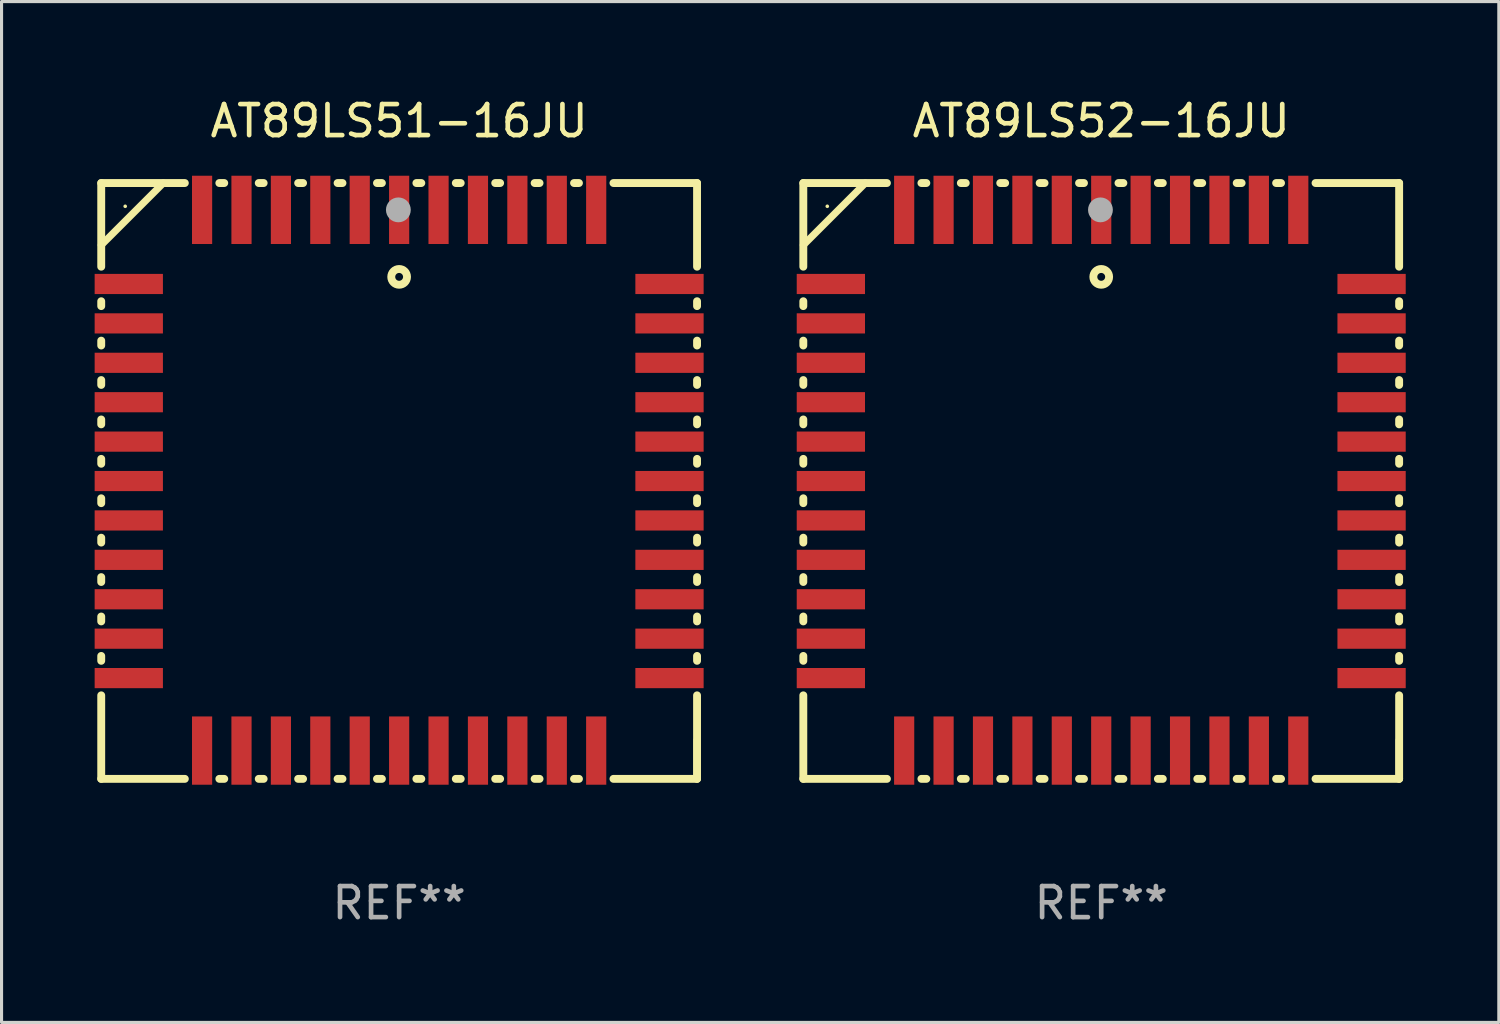
<source format=kicad_pcb>
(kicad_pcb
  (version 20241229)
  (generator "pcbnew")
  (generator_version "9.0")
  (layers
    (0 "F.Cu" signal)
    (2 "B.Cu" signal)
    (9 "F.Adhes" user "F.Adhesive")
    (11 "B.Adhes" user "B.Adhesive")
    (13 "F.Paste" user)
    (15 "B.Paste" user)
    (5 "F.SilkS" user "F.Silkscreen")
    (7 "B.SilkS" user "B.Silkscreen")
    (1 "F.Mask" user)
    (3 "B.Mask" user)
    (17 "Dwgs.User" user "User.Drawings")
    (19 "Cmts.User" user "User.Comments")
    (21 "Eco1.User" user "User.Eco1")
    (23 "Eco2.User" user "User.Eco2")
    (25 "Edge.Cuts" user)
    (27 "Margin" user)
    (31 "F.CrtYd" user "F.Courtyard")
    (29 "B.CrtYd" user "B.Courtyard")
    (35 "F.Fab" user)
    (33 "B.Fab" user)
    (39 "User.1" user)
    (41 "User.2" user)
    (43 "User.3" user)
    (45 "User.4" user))
  (footprint "AT89LS51-16JU"
    (layer "F.Cu")
    (at 9.812 12.448)
    (property "Reference" "AT89LS51-16JU" (at 0 -11.6 0) (layer "F.SilkS") (effects (font (size 1 1) (thickness 0.15))))
    (attr through_hole)
    (fp_line (start -9.6 -9.6) (end -6.906 -9.6) (stroke (width 0.254) (type solid)) (layer "F.SilkS"))
    (fp_line (start -9.6 -6.904) (end -9.6 -9.6) (stroke (width 0.254) (type solid)) (layer "F.SilkS"))
    (fp_line (start -9.6 -5.634) (end -9.6 -5.791) (stroke (width 0.254) (type solid)) (layer "F.SilkS"))
    (fp_line (start -9.6 -4.364) (end -9.6 -4.521) (stroke (width 0.254) (type solid)) (layer "F.SilkS"))
    (fp_line (start -9.6 -3.094) (end -9.6 -3.251) (stroke (width 0.254) (type solid)) (layer "F.SilkS"))
    (fp_line (start -9.6 -1.824) (end -9.6 -1.981) (stroke (width 0.254) (type solid)) (layer "F.SilkS"))
    (fp_line (start -9.6 -0.554) (end -9.6 -0.711) (stroke (width 0.254) (type solid)) (layer "F.SilkS"))
    (fp_line (start -9.6 0.716) (end -9.6 0.559) (stroke (width 0.254) (type solid)) (layer "F.SilkS"))
    (fp_line (start -9.6 1.986) (end -9.6 1.829) (stroke (width 0.254) (type solid)) (layer "F.SilkS"))
    (fp_line (start -9.6 3.256) (end -9.6 3.099) (stroke (width 0.254) (type solid)) (layer "F.SilkS"))
    (fp_line (start -9.6 4.526) (end -9.6 4.369) (stroke (width 0.254) (type solid)) (layer "F.SilkS"))
    (fp_line (start -9.6 5.796) (end -9.6 5.639) (stroke (width 0.254) (type solid)) (layer "F.SilkS"))
    (fp_line (start -9.6 9.6) (end -9.6 6.909) (stroke (width 0.254) (type solid)) (layer "F.SilkS"))
    (fp_line (start -7.6 -9.6) (end -9.6 -7.6) (stroke (width 0.229) (type solid)) (layer "F.SilkS"))
    (fp_line (start -6.906 9.6) (end -9.6 9.6) (stroke (width 0.254) (type solid)) (layer "F.SilkS"))
    (fp_line (start -5.794 -9.6) (end -5.636 -9.6) (stroke (width 0.254) (type solid)) (layer "F.SilkS"))
    (fp_line (start -5.636 9.6) (end -5.794 9.6) (stroke (width 0.254) (type solid)) (layer "F.SilkS"))
    (fp_line (start -4.524 -9.6) (end -4.366 -9.6) (stroke (width 0.254) (type solid)) (layer "F.SilkS"))
    (fp_line (start -4.366 9.6) (end -4.524 9.6) (stroke (width 0.254) (type solid)) (layer "F.SilkS"))
    (fp_line (start -3.254 -9.6) (end -3.096 -9.6) (stroke (width 0.254) (type solid)) (layer "F.SilkS"))
    (fp_line (start -3.096 9.6) (end -3.254 9.6) (stroke (width 0.254) (type solid)) (layer "F.SilkS"))
    (fp_line (start -1.984 -9.6) (end -1.826 -9.6) (stroke (width 0.254) (type solid)) (layer "F.SilkS"))
    (fp_line (start -1.826 9.6) (end -1.984 9.6) (stroke (width 0.254) (type solid)) (layer "F.SilkS"))
    (fp_line (start -0.714 -9.6) (end -0.556 -9.6) (stroke (width 0.254) (type solid)) (layer "F.SilkS"))
    (fp_line (start -0.556 9.6) (end -0.714 9.6) (stroke (width 0.254) (type solid)) (layer "F.SilkS"))
    (fp_line (start 0.556 -9.6) (end 0.714 -9.6) (stroke (width 0.254) (type solid)) (layer "F.SilkS"))
    (fp_line (start 0.714 9.6) (end 0.556 9.6) (stroke (width 0.254) (type solid)) (layer "F.SilkS"))
    (fp_line (start 1.826 -9.6) (end 1.984 -9.6) (stroke (width 0.254) (type solid)) (layer "F.SilkS"))
    (fp_line (start 1.984 9.6) (end 1.826 9.6) (stroke (width 0.254) (type solid)) (layer "F.SilkS"))
    (fp_line (start 3.096 -9.6) (end 3.254 -9.6) (stroke (width 0.254) (type solid)) (layer "F.SilkS"))
    (fp_line (start 3.254 9.6) (end 3.096 9.6) (stroke (width 0.254) (type solid)) (layer "F.SilkS"))
    (fp_line (start 4.366 -9.6) (end 4.524 -9.6) (stroke (width 0.254) (type solid)) (layer "F.SilkS"))
    (fp_line (start 4.524 9.6) (end 4.366 9.6) (stroke (width 0.254) (type solid)) (layer "F.SilkS"))
    (fp_line (start 5.636 -9.6) (end 5.794 -9.6) (stroke (width 0.254) (type solid)) (layer "F.SilkS"))
    (fp_line (start 5.794 9.6) (end 5.636 9.6) (stroke (width 0.254) (type solid)) (layer "F.SilkS"))
    (fp_line (start 6.906 -9.6) (end 9.6 -9.6) (stroke (width 0.254) (type solid)) (layer "F.SilkS"))
    (fp_line (start 9.6 -6.904) (end 9.6 -9.6) (stroke (width 0.254) (type solid)) (layer "F.SilkS"))
    (fp_line (start 9.6 -5.634) (end 9.6 -5.791) (stroke (width 0.254) (type solid)) (layer "F.SilkS"))
    (fp_line (start 9.6 -4.364) (end 9.6 -4.521) (stroke (width 0.254) (type solid)) (layer "F.SilkS"))
    (fp_line (start 9.6 -3.094) (end 9.6 -3.251) (stroke (width 0.254) (type solid)) (layer "F.SilkS"))
    (fp_line (start 9.6 -1.824) (end 9.6 -1.981) (stroke (width 0.254) (type solid)) (layer "F.SilkS"))
    (fp_line (start 9.6 -0.554) (end 9.6 -0.711) (stroke (width 0.254) (type solid)) (layer "F.SilkS"))
    (fp_line (start 9.6 0.716) (end 9.6 0.559) (stroke (width 0.254) (type solid)) (layer "F.SilkS"))
    (fp_line (start 9.6 1.986) (end 9.6 1.829) (stroke (width 0.254) (type solid)) (layer "F.SilkS"))
    (fp_line (start 9.6 3.256) (end 9.6 3.099) (stroke (width 0.254) (type solid)) (layer "F.SilkS"))
    (fp_line (start 9.6 4.526) (end 9.6 4.369) (stroke (width 0.254) (type solid)) (layer "F.SilkS"))
    (fp_line (start 9.6 5.796) (end 9.6 5.639) (stroke (width 0.254) (type solid)) (layer "F.SilkS"))
    (fp_line (start 9.6 9.6) (end 6.906 9.6) (stroke (width 0.254) (type solid)) (layer "F.SilkS"))
    (fp_line (start 9.6 9.6) (end 9.6 6.909) (stroke (width 0.254) (type solid)) (layer "F.SilkS"))
    (fp_line (start 9.6 9.6) (end 9.6 8.352) (stroke (width 0.229) (type solid)) (layer "F.SilkS"))
    (fp_circle (center -8.828 -8.851) (end -8.798 -8.851) (stroke (width 0.06) (type solid)) (fill no) (layer "F.SilkS"))
    (fp_circle (center 0 -6.576) (end 0.254 -6.576) (stroke (width 0.254) (type solid)) (fill no) (layer "F.SilkS"))
    (fp_circle (center -0.025 -8.735) (end 0.175 -8.735) (stroke (width 0.4) (type solid)) (fill no) (layer "F.Fab"))
    (fp_text user "REF**" (at 0 13.6 0) (layer "F.Fab") (effects (font (size 1 1) (thickness 0.15))))
    (pad "1" smd rect (at 0 -8.735 180) (size 0.65 2.2) (layers "F.Cu" "F.Mask" "F.Paste"))
    (pad "2" smd rect (at -1.27 -8.735 180) (size 0.65 2.2) (layers "F.Cu" "F.Mask" "F.Paste"))
    (pad "3" smd rect (at -2.54 -8.735 180) (size 0.65 2.2) (layers "F.Cu" "F.Mask" "F.Paste"))
    (pad "4" smd rect (at -3.81 -8.735 180) (size 0.65 2.2) (layers "F.Cu" "F.Mask" "F.Paste"))
    (pad "5" smd rect (at -5.08 -8.735 180) (size 0.65 2.2) (layers "F.Cu" "F.Mask" "F.Paste"))
    (pad "6" smd rect (at -6.35 -8.735 180) (size 0.65 2.2) (layers "F.Cu" "F.Mask" "F.Paste"))
    (pad "7" smd rect (at -8.712 -6.347 180) (size 2.2 0.65) (layers "F.Cu" "F.Mask" "F.Paste"))
    (pad "8" smd rect (at -8.712 -5.077 180) (size 2.2 0.65) (layers "F.Cu" "F.Mask" "F.Paste"))
    (pad "9" smd rect (at -8.712 -3.807 180) (size 2.2 0.65) (layers "F.Cu" "F.Mask" "F.Paste"))
    (pad "10" smd rect (at -8.712 -2.537 180) (size 2.2 0.65) (layers "F.Cu" "F.Mask" "F.Paste"))
    (pad "11" smd rect (at -8.712 -1.267 180) (size 2.2 0.65) (layers "F.Cu" "F.Mask" "F.Paste"))
    (pad "12" smd rect (at -8.712 0.003 180) (size 2.2 0.65) (layers "F.Cu" "F.Mask" "F.Paste"))
    (pad "13" smd rect (at -8.712 1.273 180) (size 2.2 0.65) (layers "F.Cu" "F.Mask" "F.Paste"))
    (pad "14" smd rect (at -8.712 2.543 180) (size 2.2 0.65) (layers "F.Cu" "F.Mask" "F.Paste"))
    (pad "15" smd rect (at -8.712 3.813 180) (size 2.2 0.65) (layers "F.Cu" "F.Mask" "F.Paste"))
    (pad "16" smd rect (at -8.712 5.083 180) (size 2.2 0.65) (layers "F.Cu" "F.Mask" "F.Paste"))
    (pad "17" smd rect (at -8.712 6.353 180) (size 2.2 0.65) (layers "F.Cu" "F.Mask" "F.Paste"))
    (pad "18" smd rect (at -6.35 8.689 180) (size 0.65 2.2) (layers "F.Cu" "F.Mask" "F.Paste"))
    (pad "19" smd rect (at -5.08 8.689 180) (size 0.65 2.2) (layers "F.Cu" "F.Mask" "F.Paste"))
    (pad "20" smd rect (at -3.81 8.689 180) (size 0.65 2.2) (layers "F.Cu" "F.Mask" "F.Paste"))
    (pad "21" smd rect (at -2.54 8.689 180) (size 0.65 2.2) (layers "F.Cu" "F.Mask" "F.Paste"))
    (pad "22" smd rect (at -1.27 8.689 180) (size 0.65 2.2) (layers "F.Cu" "F.Mask" "F.Paste"))
    (pad "23" smd rect (at 0 8.689 180) (size 0.65 2.2) (layers "F.Cu" "F.Mask" "F.Paste"))
    (pad "24" smd rect (at 1.27 8.689 180) (size 0.65 2.2) (layers "F.Cu" "F.Mask" "F.Paste"))
    (pad "25" smd rect (at 2.54 8.689 180) (size 0.65 2.2) (layers "F.Cu" "F.Mask" "F.Paste"))
    (pad "26" smd rect (at 3.81 8.689 180) (size 0.65 2.2) (layers "F.Cu" "F.Mask" "F.Paste"))
    (pad "27" smd rect (at 5.08 8.689 180) (size 0.65 2.2) (layers "F.Cu" "F.Mask" "F.Paste"))
    (pad "28" smd rect (at 6.35 8.689 180) (size 0.65 2.2) (layers "F.Cu" "F.Mask" "F.Paste"))
    (pad "29" smd rect (at 8.712 6.353 180) (size 2.2 0.65) (layers "F.Cu" "F.Mask" "F.Paste"))
    (pad "30" smd rect (at 8.712 5.083 180) (size 2.2 0.65) (layers "F.Cu" "F.Mask" "F.Paste"))
    (pad "31" smd rect (at 8.712 3.813 180) (size 2.2 0.65) (layers "F.Cu" "F.Mask" "F.Paste"))
    (pad "32" smd rect (at 8.712 2.543 180) (size 2.2 0.65) (layers "F.Cu" "F.Mask" "F.Paste"))
    (pad "33" smd rect (at 8.712 1.273 180) (size 2.2 0.65) (layers "F.Cu" "F.Mask" "F.Paste"))
    (pad "34" smd rect (at 8.712 0.003 180) (size 2.2 0.65) (layers "F.Cu" "F.Mask" "F.Paste"))
    (pad "35" smd rect (at 8.712 -1.267 180) (size 2.2 0.65) (layers "F.Cu" "F.Mask" "F.Paste"))
    (pad "36" smd rect (at 8.712 -2.537 180) (size 2.2 0.65) (layers "F.Cu" "F.Mask" "F.Paste"))
    (pad "37" smd rect (at 8.712 -3.807 180) (size 2.2 0.65) (layers "F.Cu" "F.Mask" "F.Paste"))
    (pad "38" smd rect (at 8.712 -5.077 180) (size 2.2 0.65) (layers "F.Cu" "F.Mask" "F.Paste"))
    (pad "39" smd rect (at 8.712 -6.347 180) (size 2.2 0.65) (layers "F.Cu" "F.Mask" "F.Paste"))
    (pad "40" smd rect (at 6.35 -8.735 180) (size 0.65 2.2) (layers "F.Cu" "F.Mask" "F.Paste"))
    (pad "41" smd rect (at 5.08 -8.735 180) (size 0.65 2.2) (layers "F.Cu" "F.Mask" "F.Paste"))
    (pad "42" smd rect (at 3.81 -8.735 180) (size 0.65 2.2) (layers "F.Cu" "F.Mask" "F.Paste"))
    (pad "43" smd rect (at 2.54 -8.735 180) (size 0.65 2.2) (layers "F.Cu" "F.Mask" "F.Paste"))
    (pad "44" smd rect (at 1.27 -8.735 180) (size 0.65 2.2) (layers "F.Cu" "F.Mask" "F.Paste")))
  (footprint "AT89LS52-16JU"
    (layer "F.Cu")
    (at 32.436 12.448)
    (property "Reference" "AT89LS52-16JU" (at 0 -11.6 0) (layer "F.SilkS") (effects (font (size 1 1) (thickness 0.15))))
    (attr through_hole)
    (fp_line (start -9.6 -9.6) (end -6.906 -9.6) (stroke (width 0.254) (type solid)) (layer "F.SilkS"))
    (fp_line (start -9.6 -6.904) (end -9.6 -9.6) (stroke (width 0.254) (type solid)) (layer "F.SilkS"))
    (fp_line (start -9.6 -5.634) (end -9.6 -5.791) (stroke (width 0.254) (type solid)) (layer "F.SilkS"))
    (fp_line (start -9.6 -4.364) (end -9.6 -4.521) (stroke (width 0.254) (type solid)) (layer "F.SilkS"))
    (fp_line (start -9.6 -3.094) (end -9.6 -3.251) (stroke (width 0.254) (type solid)) (layer "F.SilkS"))
    (fp_line (start -9.6 -1.824) (end -9.6 -1.981) (stroke (width 0.254) (type solid)) (layer "F.SilkS"))
    (fp_line (start -9.6 -0.554) (end -9.6 -0.711) (stroke (width 0.254) (type solid)) (layer "F.SilkS"))
    (fp_line (start -9.6 0.716) (end -9.6 0.559) (stroke (width 0.254) (type solid)) (layer "F.SilkS"))
    (fp_line (start -9.6 1.986) (end -9.6 1.829) (stroke (width 0.254) (type solid)) (layer "F.SilkS"))
    (fp_line (start -9.6 3.256) (end -9.6 3.099) (stroke (width 0.254) (type solid)) (layer "F.SilkS"))
    (fp_line (start -9.6 4.526) (end -9.6 4.369) (stroke (width 0.254) (type solid)) (layer "F.SilkS"))
    (fp_line (start -9.6 5.796) (end -9.6 5.639) (stroke (width 0.254) (type solid)) (layer "F.SilkS"))
    (fp_line (start -9.6 9.6) (end -9.6 6.909) (stroke (width 0.254) (type solid)) (layer "F.SilkS"))
    (fp_line (start -7.6 -9.6) (end -9.6 -7.6) (stroke (width 0.229) (type solid)) (layer "F.SilkS"))
    (fp_line (start -6.906 9.6) (end -9.6 9.6) (stroke (width 0.254) (type solid)) (layer "F.SilkS"))
    (fp_line (start -5.794 -9.6) (end -5.636 -9.6) (stroke (width 0.254) (type solid)) (layer "F.SilkS"))
    (fp_line (start -5.636 9.6) (end -5.794 9.6) (stroke (width 0.254) (type solid)) (layer "F.SilkS"))
    (fp_line (start -4.524 -9.6) (end -4.366 -9.6) (stroke (width 0.254) (type solid)) (layer "F.SilkS"))
    (fp_line (start -4.366 9.6) (end -4.524 9.6) (stroke (width 0.254) (type solid)) (layer "F.SilkS"))
    (fp_line (start -3.254 -9.6) (end -3.096 -9.6) (stroke (width 0.254) (type solid)) (layer "F.SilkS"))
    (fp_line (start -3.096 9.6) (end -3.254 9.6) (stroke (width 0.254) (type solid)) (layer "F.SilkS"))
    (fp_line (start -1.984 -9.6) (end -1.826 -9.6) (stroke (width 0.254) (type solid)) (layer "F.SilkS"))
    (fp_line (start -1.826 9.6) (end -1.984 9.6) (stroke (width 0.254) (type solid)) (layer "F.SilkS"))
    (fp_line (start -0.714 -9.6) (end -0.556 -9.6) (stroke (width 0.254) (type solid)) (layer "F.SilkS"))
    (fp_line (start -0.556 9.6) (end -0.714 9.6) (stroke (width 0.254) (type solid)) (layer "F.SilkS"))
    (fp_line (start 0.556 -9.6) (end 0.714 -9.6) (stroke (width 0.254) (type solid)) (layer "F.SilkS"))
    (fp_line (start 0.714 9.6) (end 0.556 9.6) (stroke (width 0.254) (type solid)) (layer "F.SilkS"))
    (fp_line (start 1.826 -9.6) (end 1.984 -9.6) (stroke (width 0.254) (type solid)) (layer "F.SilkS"))
    (fp_line (start 1.984 9.6) (end 1.826 9.6) (stroke (width 0.254) (type solid)) (layer "F.SilkS"))
    (fp_line (start 3.096 -9.6) (end 3.254 -9.6) (stroke (width 0.254) (type solid)) (layer "F.SilkS"))
    (fp_line (start 3.254 9.6) (end 3.096 9.6) (stroke (width 0.254) (type solid)) (layer "F.SilkS"))
    (fp_line (start 4.366 -9.6) (end 4.524 -9.6) (stroke (width 0.254) (type solid)) (layer "F.SilkS"))
    (fp_line (start 4.524 9.6) (end 4.366 9.6) (stroke (width 0.254) (type solid)) (layer "F.SilkS"))
    (fp_line (start 5.636 -9.6) (end 5.794 -9.6) (stroke (width 0.254) (type solid)) (layer "F.SilkS"))
    (fp_line (start 5.794 9.6) (end 5.636 9.6) (stroke (width 0.254) (type solid)) (layer "F.SilkS"))
    (fp_line (start 6.906 -9.6) (end 9.6 -9.6) (stroke (width 0.254) (type solid)) (layer "F.SilkS"))
    (fp_line (start 9.6 -6.904) (end 9.6 -9.6) (stroke (width 0.254) (type solid)) (layer "F.SilkS"))
    (fp_line (start 9.6 -5.634) (end 9.6 -5.791) (stroke (width 0.254) (type solid)) (layer "F.SilkS"))
    (fp_line (start 9.6 -4.364) (end 9.6 -4.521) (stroke (width 0.254) (type solid)) (layer "F.SilkS"))
    (fp_line (start 9.6 -3.094) (end 9.6 -3.251) (stroke (width 0.254) (type solid)) (layer "F.SilkS"))
    (fp_line (start 9.6 -1.824) (end 9.6 -1.981) (stroke (width 0.254) (type solid)) (layer "F.SilkS"))
    (fp_line (start 9.6 -0.554) (end 9.6 -0.711) (stroke (width 0.254) (type solid)) (layer "F.SilkS"))
    (fp_line (start 9.6 0.716) (end 9.6 0.559) (stroke (width 0.254) (type solid)) (layer "F.SilkS"))
    (fp_line (start 9.6 1.986) (end 9.6 1.829) (stroke (width 0.254) (type solid)) (layer "F.SilkS"))
    (fp_line (start 9.6 3.256) (end 9.6 3.099) (stroke (width 0.254) (type solid)) (layer "F.SilkS"))
    (fp_line (start 9.6 4.526) (end 9.6 4.369) (stroke (width 0.254) (type solid)) (layer "F.SilkS"))
    (fp_line (start 9.6 5.796) (end 9.6 5.639) (stroke (width 0.254) (type solid)) (layer "F.SilkS"))
    (fp_line (start 9.6 9.6) (end 6.906 9.6) (stroke (width 0.254) (type solid)) (layer "F.SilkS"))
    (fp_line (start 9.6 9.6) (end 9.6 6.909) (stroke (width 0.254) (type solid)) (layer "F.SilkS"))
    (fp_line (start 9.6 9.6) (end 9.6 8.352) (stroke (width 0.229) (type solid)) (layer "F.SilkS"))
    (fp_circle (center -8.828 -8.851) (end -8.798 -8.851) (stroke (width 0.06) (type solid)) (fill no) (layer "F.SilkS"))
    (fp_circle (center 0 -6.576) (end 0.254 -6.576) (stroke (width 0.254) (type solid)) (fill no) (layer "F.SilkS"))
    (fp_circle (center -0.025 -8.735) (end 0.175 -8.735) (stroke (width 0.4) (type solid)) (fill no) (layer "F.Fab"))
    (fp_text user "REF**" (at 0 13.6 0) (layer "F.Fab") (effects (font (size 1 1) (thickness 0.15))))
    (pad "1" smd rect (at 0 -8.735 180) (size 0.65 2.2) (layers "F.Cu" "F.Mask" "F.Paste"))
    (pad "2" smd rect (at -1.27 -8.735 180) (size 0.65 2.2) (layers "F.Cu" "F.Mask" "F.Paste"))
    (pad "3" smd rect (at -2.54 -8.735 180) (size 0.65 2.2) (layers "F.Cu" "F.Mask" "F.Paste"))
    (pad "4" smd rect (at -3.81 -8.735 180) (size 0.65 2.2) (layers "F.Cu" "F.Mask" "F.Paste"))
    (pad "5" smd rect (at -5.08 -8.735 180) (size 0.65 2.2) (layers "F.Cu" "F.Mask" "F.Paste"))
    (pad "6" smd rect (at -6.35 -8.735 180) (size 0.65 2.2) (layers "F.Cu" "F.Mask" "F.Paste"))
    (pad "7" smd rect (at -8.712 -6.347 180) (size 2.2 0.65) (layers "F.Cu" "F.Mask" "F.Paste"))
    (pad "8" smd rect (at -8.712 -5.077 180) (size 2.2 0.65) (layers "F.Cu" "F.Mask" "F.Paste"))
    (pad "9" smd rect (at -8.712 -3.807 180) (size 2.2 0.65) (layers "F.Cu" "F.Mask" "F.Paste"))
    (pad "10" smd rect (at -8.712 -2.537 180) (size 2.2 0.65) (layers "F.Cu" "F.Mask" "F.Paste"))
    (pad "11" smd rect (at -8.712 -1.267 180) (size 2.2 0.65) (layers "F.Cu" "F.Mask" "F.Paste"))
    (pad "12" smd rect (at -8.712 0.003 180) (size 2.2 0.65) (layers "F.Cu" "F.Mask" "F.Paste"))
    (pad "13" smd rect (at -8.712 1.273 180) (size 2.2 0.65) (layers "F.Cu" "F.Mask" "F.Paste"))
    (pad "14" smd rect (at -8.712 2.543 180) (size 2.2 0.65) (layers "F.Cu" "F.Mask" "F.Paste"))
    (pad "15" smd rect (at -8.712 3.813 180) (size 2.2 0.65) (layers "F.Cu" "F.Mask" "F.Paste"))
    (pad "16" smd rect (at -8.712 5.083 180) (size 2.2 0.65) (layers "F.Cu" "F.Mask" "F.Paste"))
    (pad "17" smd rect (at -8.712 6.353 180) (size 2.2 0.65) (layers "F.Cu" "F.Mask" "F.Paste"))
    (pad "18" smd rect (at -6.35 8.689 180) (size 0.65 2.2) (layers "F.Cu" "F.Mask" "F.Paste"))
    (pad "19" smd rect (at -5.08 8.689 180) (size 0.65 2.2) (layers "F.Cu" "F.Mask" "F.Paste"))
    (pad "20" smd rect (at -3.81 8.689 180) (size 0.65 2.2) (layers "F.Cu" "F.Mask" "F.Paste"))
    (pad "21" smd rect (at -2.54 8.689 180) (size 0.65 2.2) (layers "F.Cu" "F.Mask" "F.Paste"))
    (pad "22" smd rect (at -1.27 8.689 180) (size 0.65 2.2) (layers "F.Cu" "F.Mask" "F.Paste"))
    (pad "23" smd rect (at 0 8.689 180) (size 0.65 2.2) (layers "F.Cu" "F.Mask" "F.Paste"))
    (pad "24" smd rect (at 1.27 8.689 180) (size 0.65 2.2) (layers "F.Cu" "F.Mask" "F.Paste"))
    (pad "25" smd rect (at 2.54 8.689 180) (size 0.65 2.2) (layers "F.Cu" "F.Mask" "F.Paste"))
    (pad "26" smd rect (at 3.81 8.689 180) (size 0.65 2.2) (layers "F.Cu" "F.Mask" "F.Paste"))
    (pad "27" smd rect (at 5.08 8.689 180) (size 0.65 2.2) (layers "F.Cu" "F.Mask" "F.Paste"))
    (pad "28" smd rect (at 6.35 8.689 180) (size 0.65 2.2) (layers "F.Cu" "F.Mask" "F.Paste"))
    (pad "29" smd rect (at 8.712 6.353 180) (size 2.2 0.65) (layers "F.Cu" "F.Mask" "F.Paste"))
    (pad "30" smd rect (at 8.712 5.083 180) (size 2.2 0.65) (layers "F.Cu" "F.Mask" "F.Paste"))
    (pad "31" smd rect (at 8.712 3.813 180) (size 2.2 0.65) (layers "F.Cu" "F.Mask" "F.Paste"))
    (pad "32" smd rect (at 8.712 2.543 180) (size 2.2 0.65) (layers "F.Cu" "F.Mask" "F.Paste"))
    (pad "33" smd rect (at 8.712 1.273 180) (size 2.2 0.65) (layers "F.Cu" "F.Mask" "F.Paste"))
    (pad "34" smd rect (at 8.712 0.003 180) (size 2.2 0.65) (layers "F.Cu" "F.Mask" "F.Paste"))
    (pad "35" smd rect (at 8.712 -1.267 180) (size 2.2 0.65) (layers "F.Cu" "F.Mask" "F.Paste"))
    (pad "36" smd rect (at 8.712 -2.537 180) (size 2.2 0.65) (layers "F.Cu" "F.Mask" "F.Paste"))
    (pad "37" smd rect (at 8.712 -3.807 180) (size 2.2 0.65) (layers "F.Cu" "F.Mask" "F.Paste"))
    (pad "38" smd rect (at 8.712 -5.077 180) (size 2.2 0.65) (layers "F.Cu" "F.Mask" "F.Paste"))
    (pad "39" smd rect (at 8.712 -6.347 180) (size 2.2 0.65) (layers "F.Cu" "F.Mask" "F.Paste"))
    (pad "40" smd rect (at 6.35 -8.735 180) (size 0.65 2.2) (layers "F.Cu" "F.Mask" "F.Paste"))
    (pad "41" smd rect (at 5.08 -8.735 180) (size 0.65 2.2) (layers "F.Cu" "F.Mask" "F.Paste"))
    (pad "42" smd rect (at 3.81 -8.735 180) (size 0.65 2.2) (layers "F.Cu" "F.Mask" "F.Paste"))
    (pad "43" smd rect (at 2.54 -8.735 180) (size 0.65 2.2) (layers "F.Cu" "F.Mask" "F.Paste"))
    (pad "44" smd rect (at 1.27 -8.735 180) (size 0.65 2.2) (layers "F.Cu" "F.Mask" "F.Paste")))
  (gr_rect
    (start -3 -3)
    (end 45.248 29.897)
    (stroke (width 0.1) (type default))
    (fill no)
    (layer "Edge.Cuts")))
</source>
